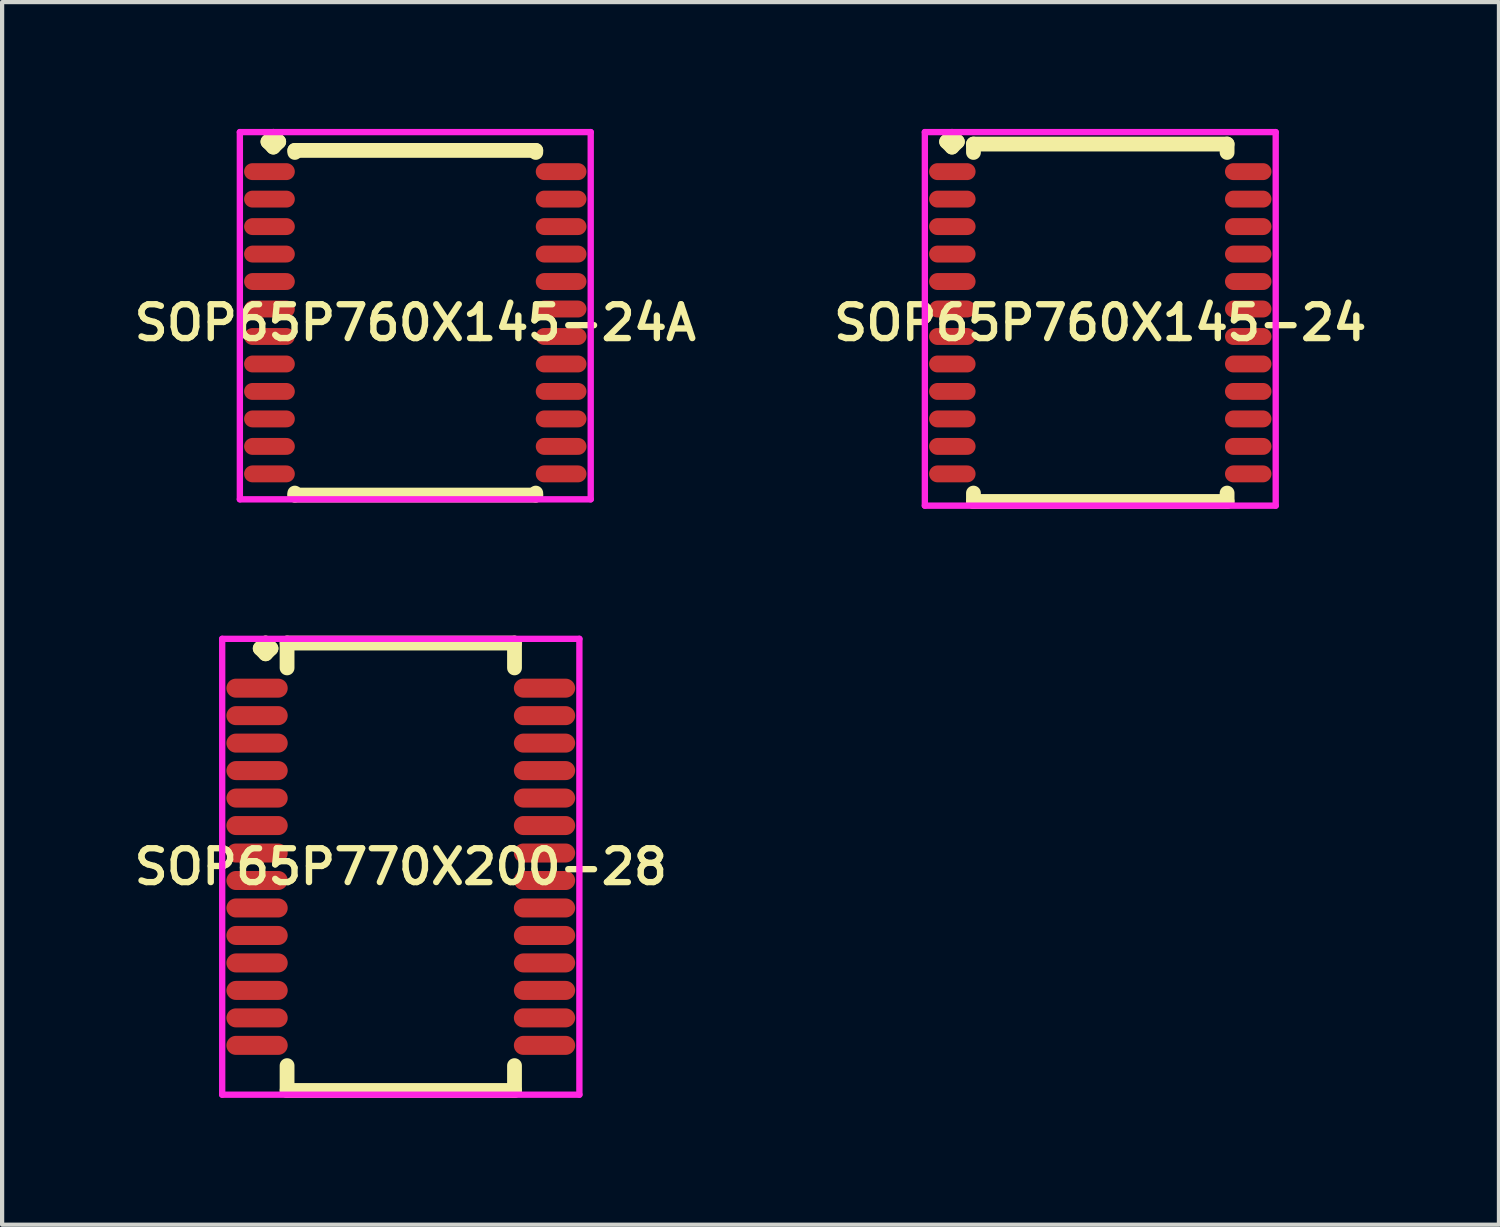
<source format=kicad_pcb>
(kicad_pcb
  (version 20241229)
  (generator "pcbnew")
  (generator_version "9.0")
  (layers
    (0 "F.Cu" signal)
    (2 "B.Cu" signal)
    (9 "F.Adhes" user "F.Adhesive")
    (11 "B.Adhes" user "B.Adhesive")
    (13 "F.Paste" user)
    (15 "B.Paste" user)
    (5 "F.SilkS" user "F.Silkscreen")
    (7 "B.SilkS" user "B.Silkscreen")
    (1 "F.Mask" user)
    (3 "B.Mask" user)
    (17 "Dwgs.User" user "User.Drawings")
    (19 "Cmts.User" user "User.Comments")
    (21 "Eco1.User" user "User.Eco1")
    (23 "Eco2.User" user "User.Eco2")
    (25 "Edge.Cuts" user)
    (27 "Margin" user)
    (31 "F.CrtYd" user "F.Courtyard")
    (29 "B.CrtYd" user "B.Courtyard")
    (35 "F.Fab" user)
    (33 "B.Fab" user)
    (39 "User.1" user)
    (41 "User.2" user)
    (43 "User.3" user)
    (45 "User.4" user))
  (footprint "SOP65P760X145-24"
    (layer "F.Cu")
    (at 22.978 4.585)
    (property "Reference" "SOP65P760X145-24" (at 0 0 0) (layer "F.SilkS") (effects (font (size 0.8 0.8) (thickness 0.15))))
    (attr smd)
    (fp_line (start -3.635 -4.283) (end -3.508 -4.41) (stroke (width 0.35) (type solid)) (layer "F.SilkS"))
    (fp_line (start -3.508 -4.41) (end -3.381 -4.283) (stroke (width 0.35) (type solid)) (layer "F.SilkS"))
    (fp_line (start -3.508 -4.156) (end -3.635 -4.283) (stroke (width 0.35) (type solid)) (layer "F.SilkS"))
    (fp_line (start -3.381 -4.283) (end -3.508 -4.156) (stroke (width 0.35) (type solid)) (layer "F.SilkS"))
    (fp_line (start -3 -4.227) (end 3 -4.227) (stroke (width 0.35) (type solid)) (layer "F.SilkS"))
    (fp_line (start -3 -4.029) (end -3 -4.227) (stroke (width 0.35) (type solid)) (layer "F.SilkS"))
    (fp_line (start -3 4.029) (end -3 4.227) (stroke (width 0.35) (type solid)) (layer "F.SilkS"))
    (fp_line (start -3 4.227) (end 3 4.227) (stroke (width 0.35) (type solid)) (layer "F.SilkS"))
    (fp_line (start 3 -4.227) (end 3 -4.029) (stroke (width 0.35) (type solid)) (layer "F.SilkS"))
    (fp_line (start 3 4.227) (end 3 4.029) (stroke (width 0.35) (type solid)) (layer "F.SilkS"))
    (fp_line (start -4.15 -4.51) (end 4.15 -4.51) (stroke (width 0.15) (type solid)) (layer "F.CrtYd"))
    (fp_line (start -4.15 4.327) (end -4.15 -4.51) (stroke (width 0.15) (type solid)) (layer "F.CrtYd"))
    (fp_line (start 4.15 -4.51) (end 4.15 4.327) (stroke (width 0.15) (type solid)) (layer "F.CrtYd"))
    (fp_line (start 4.15 4.327) (end -4.15 4.327) (stroke (width 0.15) (type solid)) (layer "F.CrtYd"))
    (pad "1" smd oval (at -3.5 -3.575) (size 1.1 0.4) (layers "F.Cu" "F.Mask" "F.Paste"))
    (pad "2" smd oval (at -3.5 -2.925) (size 1.1 0.4) (layers "F.Cu" "F.Mask" "F.Paste"))
    (pad "3" smd oval (at -3.5 -2.275) (size 1.1 0.4) (layers "F.Cu" "F.Mask" "F.Paste"))
    (pad "4" smd oval (at -3.5 -1.625) (size 1.1 0.4) (layers "F.Cu" "F.Mask" "F.Paste"))
    (pad "5" smd oval (at -3.5 -0.975) (size 1.1 0.4) (layers "F.Cu" "F.Mask" "F.Paste"))
    (pad "6" smd oval (at -3.5 -0.325) (size 1.1 0.4) (layers "F.Cu" "F.Mask" "F.Paste"))
    (pad "7" smd oval (at -3.5 0.325) (size 1.1 0.4) (layers "F.Cu" "F.Mask" "F.Paste"))
    (pad "8" smd oval (at -3.5 0.975) (size 1.1 0.4) (layers "F.Cu" "F.Mask" "F.Paste"))
    (pad "9" smd oval (at -3.5 1.625) (size 1.1 0.4) (layers "F.Cu" "F.Mask" "F.Paste"))
    (pad "10" smd oval (at -3.5 2.275) (size 1.1 0.4) (layers "F.Cu" "F.Mask" "F.Paste"))
    (pad "11" smd oval (at -3.5 2.925) (size 1.1 0.4) (layers "F.Cu" "F.Mask" "F.Paste"))
    (pad "12" smd oval (at -3.5 3.575) (size 1.1 0.4) (layers "F.Cu" "F.Mask" "F.Paste"))
    (pad "13" smd oval (at 3.5 3.575) (size 1.1 0.4) (layers "F.Cu" "F.Mask" "F.Paste"))
    (pad "14" smd oval (at 3.5 2.925) (size 1.1 0.4) (layers "F.Cu" "F.Mask" "F.Paste"))
    (pad "15" smd oval (at 3.5 2.275) (size 1.1 0.4) (layers "F.Cu" "F.Mask" "F.Paste"))
    (pad "16" smd oval (at 3.5 1.625) (size 1.1 0.4) (layers "F.Cu" "F.Mask" "F.Paste"))
    (pad "17" smd oval (at 3.5 0.975) (size 1.1 0.4) (layers "F.Cu" "F.Mask" "F.Paste"))
    (pad "18" smd oval (at 3.5 0.325) (size 1.1 0.4) (layers "F.Cu" "F.Mask" "F.Paste"))
    (pad "19" smd oval (at 3.5 -0.325) (size 1.1 0.4) (layers "F.Cu" "F.Mask" "F.Paste"))
    (pad "20" smd oval (at 3.5 -0.975) (size 1.1 0.4) (layers "F.Cu" "F.Mask" "F.Paste"))
    (pad "21" smd oval (at 3.5 -1.625) (size 1.1 0.4) (layers "F.Cu" "F.Mask" "F.Paste"))
    (pad "22" smd oval (at 3.5 -2.275) (size 1.1 0.4) (layers "F.Cu" "F.Mask" "F.Paste"))
    (pad "23" smd oval (at 3.5 -2.925) (size 1.1 0.4) (layers "F.Cu" "F.Mask" "F.Paste"))
    (pad "24" smd oval (at 3.5 -3.575) (size 1.1 0.4) (layers "F.Cu" "F.Mask" "F.Paste")))
  (footprint "SOP65P760X145-24A"
    (layer "F.Cu")
    (at 6.774 4.585)
    (property "Reference" "SOP65P760X145-24A" (at 0 0 0) (layer "F.SilkS") (effects (font (size 0.8 0.8) (thickness 0.15))))
    (attr smd)
    (fp_line (start -3.485 -4.283) (end -3.358 -4.41) (stroke (width 0.35) (type solid)) (layer "F.SilkS"))
    (fp_line (start -3.358 -4.41) (end -3.231 -4.283) (stroke (width 0.35) (type solid)) (layer "F.SilkS"))
    (fp_line (start -3.358 -4.156) (end -3.485 -4.283) (stroke (width 0.35) (type solid)) (layer "F.SilkS"))
    (fp_line (start -3.231 -4.283) (end -3.358 -4.156) (stroke (width 0.35) (type solid)) (layer "F.SilkS"))
    (fp_line (start -2.85 -4.077) (end 2.85 -4.077) (stroke (width 0.35) (type solid)) (layer "F.SilkS"))
    (fp_line (start -2.85 -4.029) (end -2.85 -4.077) (stroke (width 0.35) (type solid)) (layer "F.SilkS"))
    (fp_line (start -2.85 4.029) (end -2.85 4.077) (stroke (width 0.35) (type solid)) (layer "F.SilkS"))
    (fp_line (start -2.85 4.077) (end 2.85 4.077) (stroke (width 0.35) (type solid)) (layer "F.SilkS"))
    (fp_line (start 2.85 -4.077) (end 2.85 -4.029) (stroke (width 0.35) (type solid)) (layer "F.SilkS"))
    (fp_line (start 2.85 4.077) (end 2.85 4.029) (stroke (width 0.35) (type solid)) (layer "F.SilkS"))
    (fp_line (start -4.15 -4.51) (end 4.15 -4.51) (stroke (width 0.15) (type solid)) (layer "F.CrtYd"))
    (fp_line (start -4.15 4.177) (end -4.15 -4.51) (stroke (width 0.15) (type solid)) (layer "F.CrtYd"))
    (fp_line (start 4.15 -4.51) (end 4.15 4.177) (stroke (width 0.15) (type solid)) (layer "F.CrtYd"))
    (fp_line (start 4.15 4.177) (end -4.15 4.177) (stroke (width 0.15) (type solid)) (layer "F.CrtYd"))
    (pad "1" smd oval (at -3.45 -3.575) (size 1.2 0.4) (layers "F.Cu" "F.Mask" "F.Paste"))
    (pad "2" smd oval (at -3.45 -2.925) (size 1.2 0.4) (layers "F.Cu" "F.Mask" "F.Paste"))
    (pad "3" smd oval (at -3.45 -2.275) (size 1.2 0.4) (layers "F.Cu" "F.Mask" "F.Paste"))
    (pad "4" smd oval (at -3.45 -1.625) (size 1.2 0.4) (layers "F.Cu" "F.Mask" "F.Paste"))
    (pad "5" smd oval (at -3.45 -0.975) (size 1.2 0.4) (layers "F.Cu" "F.Mask" "F.Paste"))
    (pad "6" smd oval (at -3.45 -0.325) (size 1.2 0.4) (layers "F.Cu" "F.Mask" "F.Paste"))
    (pad "7" smd oval (at -3.45 0.325) (size 1.2 0.4) (layers "F.Cu" "F.Mask" "F.Paste"))
    (pad "8" smd oval (at -3.45 0.975) (size 1.2 0.4) (layers "F.Cu" "F.Mask" "F.Paste"))
    (pad "9" smd oval (at -3.45 1.625) (size 1.2 0.4) (layers "F.Cu" "F.Mask" "F.Paste"))
    (pad "10" smd oval (at -3.45 2.275) (size 1.2 0.4) (layers "F.Cu" "F.Mask" "F.Paste"))
    (pad "11" smd oval (at -3.45 2.925) (size 1.2 0.4) (layers "F.Cu" "F.Mask" "F.Paste"))
    (pad "12" smd oval (at -3.45 3.575) (size 1.2 0.4) (layers "F.Cu" "F.Mask" "F.Paste"))
    (pad "13" smd oval (at 3.45 3.575) (size 1.2 0.4) (layers "F.Cu" "F.Mask" "F.Paste"))
    (pad "14" smd oval (at 3.45 2.925) (size 1.2 0.4) (layers "F.Cu" "F.Mask" "F.Paste"))
    (pad "15" smd oval (at 3.45 2.275) (size 1.2 0.4) (layers "F.Cu" "F.Mask" "F.Paste"))
    (pad "16" smd oval (at 3.45 1.625) (size 1.2 0.4) (layers "F.Cu" "F.Mask" "F.Paste"))
    (pad "17" smd oval (at 3.45 0.975) (size 1.2 0.4) (layers "F.Cu" "F.Mask" "F.Paste"))
    (pad "18" smd oval (at 3.45 0.325) (size 1.2 0.4) (layers "F.Cu" "F.Mask" "F.Paste"))
    (pad "19" smd oval (at 3.45 -0.325) (size 1.2 0.4) (layers "F.Cu" "F.Mask" "F.Paste"))
    (pad "20" smd oval (at 3.45 -0.975) (size 1.2 0.4) (layers "F.Cu" "F.Mask" "F.Paste"))
    (pad "21" smd oval (at 3.45 -1.625) (size 1.2 0.4) (layers "F.Cu" "F.Mask" "F.Paste"))
    (pad "22" smd oval (at 3.45 -2.275) (size 1.2 0.4) (layers "F.Cu" "F.Mask" "F.Paste"))
    (pad "23" smd oval (at 3.45 -2.925) (size 1.2 0.4) (layers "F.Cu" "F.Mask" "F.Paste"))
    (pad "24" smd oval (at 3.45 -3.575) (size 1.2 0.4) (layers "F.Cu" "F.Mask" "F.Paste")))
  (footprint "SOP65P770X200-28"
    (layer "F.Cu")
    (at 6.431 17.454)
    (property "Reference" "SOP65P770X200-28" (at 0 0 0) (layer "F.SilkS") (effects (font (size 0.8 0.8) (thickness 0.15))))
    (attr smd)
    (fp_line (start -3.325 -5.165) (end -3.198 -5.292) (stroke (width 0.35) (type solid)) (layer "F.SilkS"))
    (fp_line (start -3.198 -5.292) (end -3.071 -5.165) (stroke (width 0.35) (type solid)) (layer "F.SilkS"))
    (fp_line (start -3.198 -5.038) (end -3.325 -5.165) (stroke (width 0.35) (type solid)) (layer "F.SilkS"))
    (fp_line (start -3.071 -5.165) (end -3.198 -5.038) (stroke (width 0.35) (type solid)) (layer "F.SilkS"))
    (fp_line (start -2.69 -5.292) (end 2.69 -5.292) (stroke (width 0.35) (type solid)) (layer "F.SilkS"))
    (fp_line (start -2.69 -4.704) (end -2.69 -5.292) (stroke (width 0.35) (type solid)) (layer "F.SilkS"))
    (fp_line (start -2.69 4.704) (end -2.69 5.292) (stroke (width 0.35) (type solid)) (layer "F.SilkS"))
    (fp_line (start -2.69 5.292) (end 2.69 5.292) (stroke (width 0.35) (type solid)) (layer "F.SilkS"))
    (fp_line (start 2.69 -5.292) (end 2.69 -4.704) (stroke (width 0.35) (type solid)) (layer "F.SilkS"))
    (fp_line (start 2.69 5.292) (end 2.69 4.704) (stroke (width 0.35) (type solid)) (layer "F.SilkS"))
    (fp_line (start -4.225 -5.392) (end 4.225 -5.392) (stroke (width 0.15) (type solid)) (layer "F.CrtYd"))
    (fp_line (start -4.225 5.392) (end -4.225 -5.392) (stroke (width 0.15) (type solid)) (layer "F.CrtYd"))
    (fp_line (start 4.225 -5.392) (end 4.225 5.392) (stroke (width 0.15) (type solid)) (layer "F.CrtYd"))
    (fp_line (start 4.225 5.392) (end -4.225 5.392) (stroke (width 0.15) (type solid)) (layer "F.CrtYd"))
    (pad "1" smd oval (at -3.4 -4.225) (size 1.45 0.45) (layers "F.Cu" "F.Mask" "F.Paste"))
    (pad "2" smd oval (at -3.4 -3.575) (size 1.45 0.45) (layers "F.Cu" "F.Mask" "F.Paste"))
    (pad "3" smd oval (at -3.4 -2.925) (size 1.45 0.45) (layers "F.Cu" "F.Mask" "F.Paste"))
    (pad "4" smd oval (at -3.4 -2.275) (size 1.45 0.45) (layers "F.Cu" "F.Mask" "F.Paste"))
    (pad "5" smd oval (at -3.4 -1.625) (size 1.45 0.45) (layers "F.Cu" "F.Mask" "F.Paste"))
    (pad "6" smd oval (at -3.4 -0.975) (size 1.45 0.45) (layers "F.Cu" "F.Mask" "F.Paste"))
    (pad "7" smd oval (at -3.4 -0.325) (size 1.45 0.45) (layers "F.Cu" "F.Mask" "F.Paste"))
    (pad "8" smd oval (at -3.4 0.325) (size 1.45 0.45) (layers "F.Cu" "F.Mask" "F.Paste"))
    (pad "9" smd oval (at -3.4 0.975) (size 1.45 0.45) (layers "F.Cu" "F.Mask" "F.Paste"))
    (pad "10" smd oval (at -3.4 1.625) (size 1.45 0.45) (layers "F.Cu" "F.Mask" "F.Paste"))
    (pad "11" smd oval (at -3.4 2.275) (size 1.45 0.45) (layers "F.Cu" "F.Mask" "F.Paste"))
    (pad "12" smd oval (at -3.4 2.925) (size 1.45 0.45) (layers "F.Cu" "F.Mask" "F.Paste"))
    (pad "13" smd oval (at -3.4 3.575) (size 1.45 0.45) (layers "F.Cu" "F.Mask" "F.Paste"))
    (pad "14" smd oval (at -3.4 4.225) (size 1.45 0.45) (layers "F.Cu" "F.Mask" "F.Paste"))
    (pad "15" smd oval (at 3.4 4.225) (size 1.45 0.45) (layers "F.Cu" "F.Mask" "F.Paste"))
    (pad "16" smd oval (at 3.4 3.575) (size 1.45 0.45) (layers "F.Cu" "F.Mask" "F.Paste"))
    (pad "17" smd oval (at 3.4 2.925) (size 1.45 0.45) (layers "F.Cu" "F.Mask" "F.Paste"))
    (pad "18" smd oval (at 3.4 2.275) (size 1.45 0.45) (layers "F.Cu" "F.Mask" "F.Paste"))
    (pad "19" smd oval (at 3.4 1.625) (size 1.45 0.45) (layers "F.Cu" "F.Mask" "F.Paste"))
    (pad "20" smd oval (at 3.4 0.975) (size 1.45 0.45) (layers "F.Cu" "F.Mask" "F.Paste"))
    (pad "21" smd oval (at 3.4 0.325) (size 1.45 0.45) (layers "F.Cu" "F.Mask" "F.Paste"))
    (pad "22" smd oval (at 3.4 -0.325) (size 1.45 0.45) (layers "F.Cu" "F.Mask" "F.Paste"))
    (pad "23" smd oval (at 3.4 -0.975) (size 1.45 0.45) (layers "F.Cu" "F.Mask" "F.Paste"))
    (pad "24" smd oval (at 3.4 -1.625) (size 1.45 0.45) (layers "F.Cu" "F.Mask" "F.Paste"))
    (pad "25" smd oval (at 3.4 -2.275) (size 1.45 0.45) (layers "F.Cu" "F.Mask" "F.Paste"))
    (pad "26" smd oval (at 3.4 -2.925) (size 1.45 0.45) (layers "F.Cu" "F.Mask" "F.Paste"))
    (pad "27" smd oval (at 3.4 -3.575) (size 1.45 0.45) (layers "F.Cu" "F.Mask" "F.Paste"))
    (pad "28" smd oval (at 3.4 -4.225) (size 1.45 0.45) (layers "F.Cu" "F.Mask" "F.Paste")))
  (gr_rect
    (start -3 -3)
    (end 32.409 25.921)
    (stroke (width 0.1) (type default))
    (fill no)
    (layer "Edge.Cuts")))
</source>
